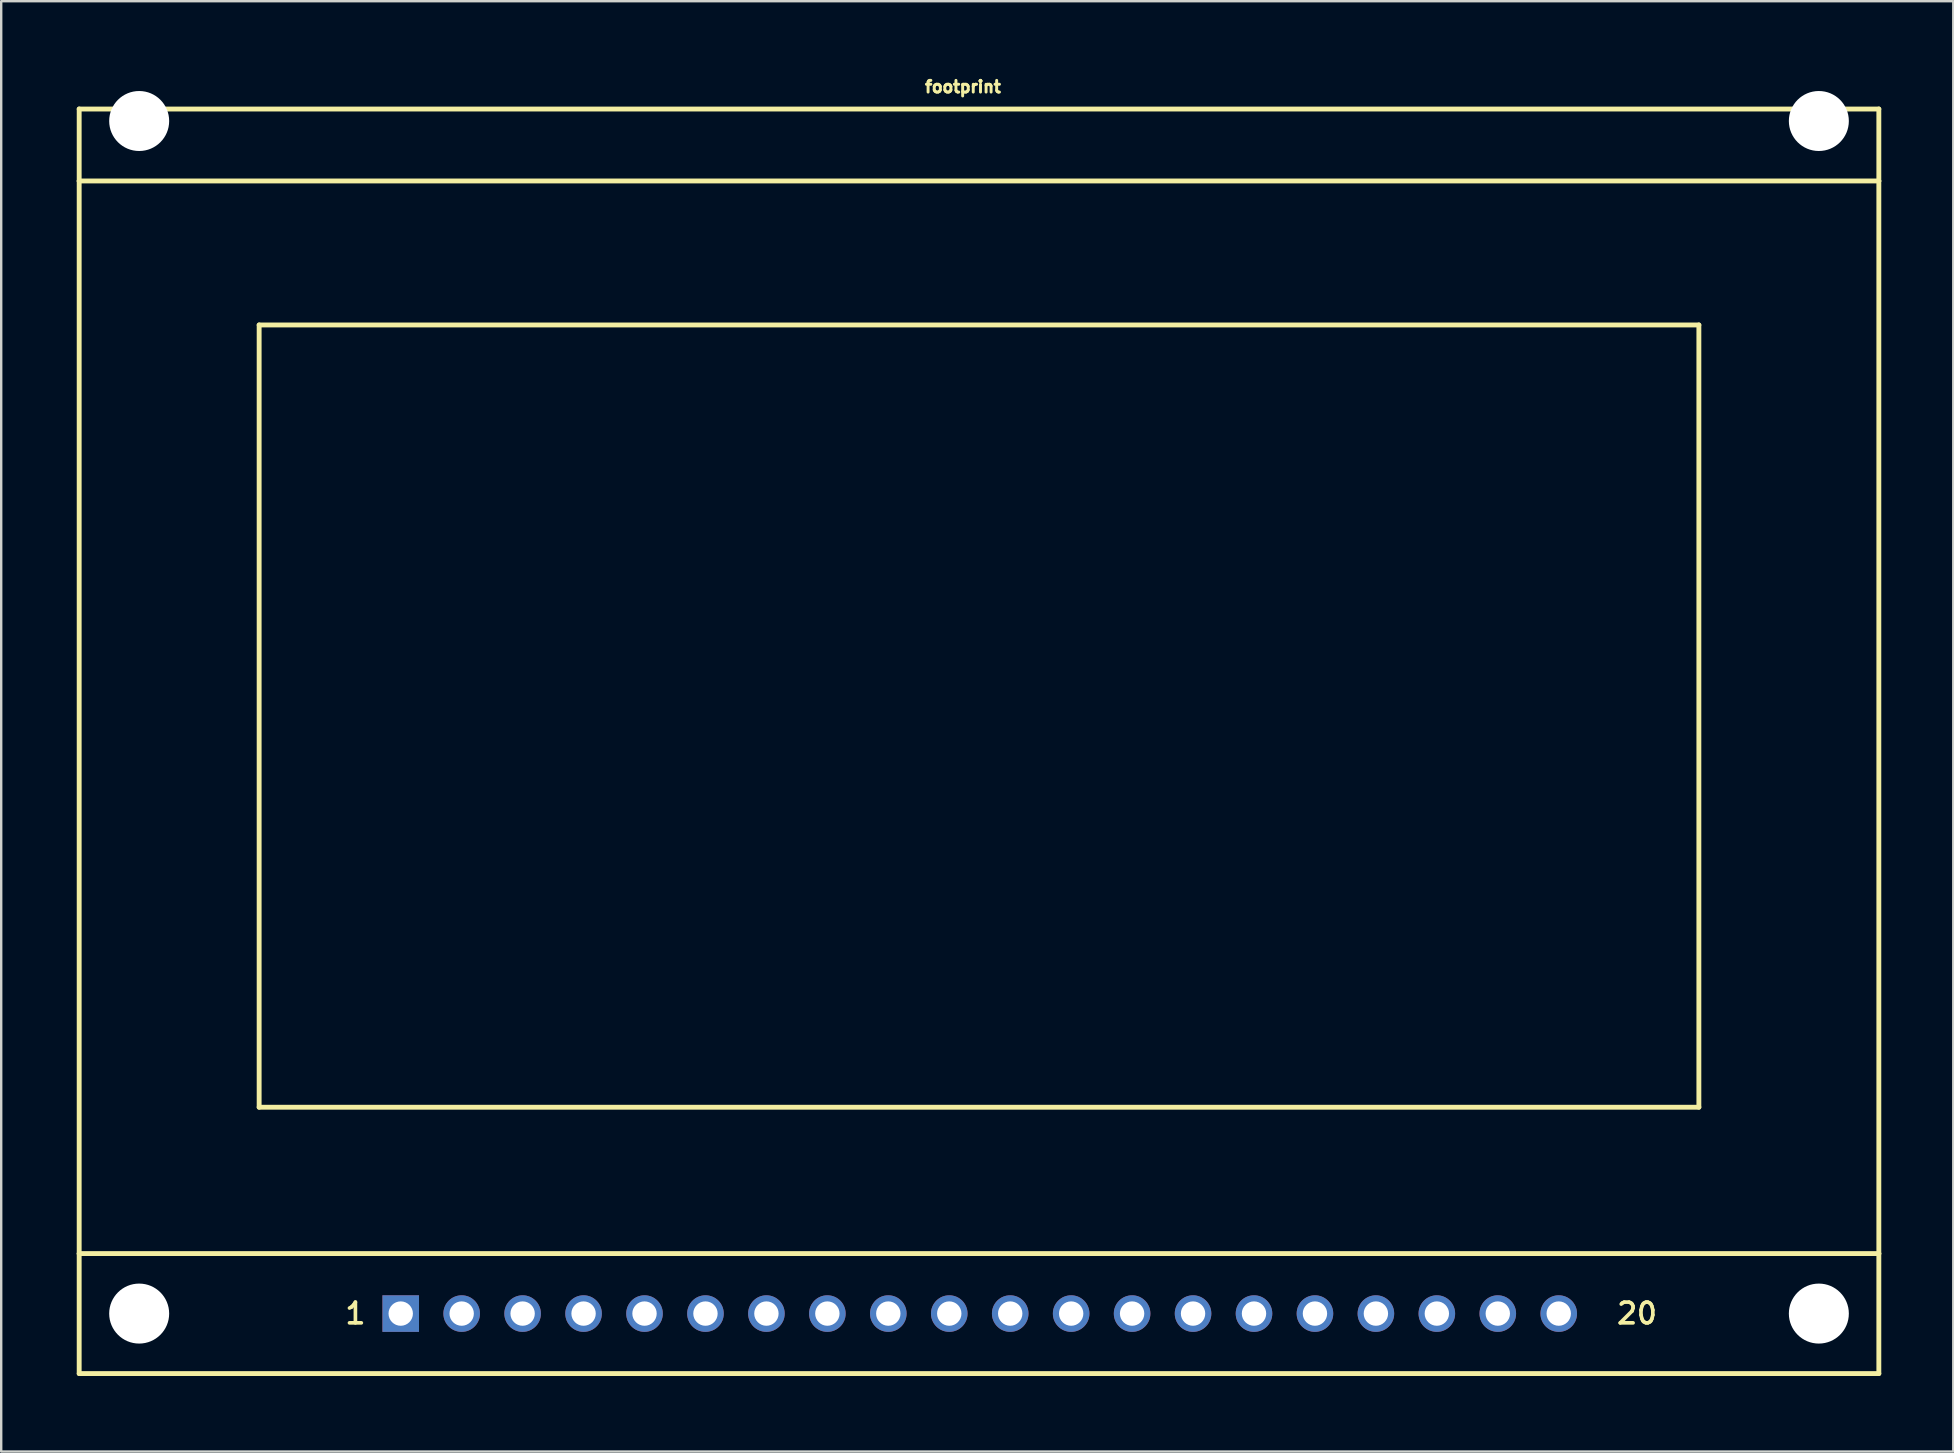
<source format=kicad_pcb>
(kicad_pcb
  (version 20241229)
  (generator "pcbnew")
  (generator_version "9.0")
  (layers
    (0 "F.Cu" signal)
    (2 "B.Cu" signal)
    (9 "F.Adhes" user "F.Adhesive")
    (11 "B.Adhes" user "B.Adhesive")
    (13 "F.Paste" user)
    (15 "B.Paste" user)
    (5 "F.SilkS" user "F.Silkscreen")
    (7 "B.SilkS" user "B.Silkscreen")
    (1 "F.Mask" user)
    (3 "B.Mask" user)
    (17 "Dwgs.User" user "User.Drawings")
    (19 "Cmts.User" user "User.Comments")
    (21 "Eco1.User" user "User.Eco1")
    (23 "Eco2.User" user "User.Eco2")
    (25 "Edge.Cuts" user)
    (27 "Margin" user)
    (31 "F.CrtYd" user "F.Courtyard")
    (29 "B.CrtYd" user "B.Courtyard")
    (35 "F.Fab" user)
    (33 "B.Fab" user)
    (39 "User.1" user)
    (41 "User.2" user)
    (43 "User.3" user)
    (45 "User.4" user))
  (footprint "footprint"
    (layer "F.Cu")
    (at 0.25 54.193)
    (property "Reference" "footprint" (at 36.83 -53.34 0) (layer "F.SilkS") (effects (font (size 0.488 0.488) (thickness 0.122)) (justify bottom)))
    (fp_line (start 0 -52.7) (end 75 -52.7) (stroke (width 0.203) (type solid)) (layer "F.SilkS"))
    (fp_line (start 0 -49.7) (end 0 -52.7) (stroke (width 0.203) (type solid)) (layer "F.SilkS"))
    (fp_line (start 0 -49.7) (end 75 -49.7) (stroke (width 0.203) (type solid)) (layer "F.SilkS"))
    (fp_line (start 0 -5) (end 0 -49.7) (stroke (width 0.203) (type solid)) (layer "F.SilkS"))
    (fp_line (start 0 0) (end 0 -5) (stroke (width 0.203) (type solid)) (layer "F.SilkS"))
    (fp_line (start 7.5 -43.7) (end 67.5 -43.7) (stroke (width 0.203) (type solid)) (layer "F.SilkS"))
    (fp_line (start 7.5 -11.1) (end 7.5 -43.7) (stroke (width 0.203) (type solid)) (layer "F.SilkS"))
    (fp_line (start 67.5 -43.7) (end 67.5 -11.1) (stroke (width 0.203) (type solid)) (layer "F.SilkS"))
    (fp_line (start 67.5 -11.1) (end 7.5 -11.1) (stroke (width 0.203) (type solid)) (layer "F.SilkS"))
    (fp_line (start 75 -52.7) (end 75 -49.7) (stroke (width 0.203) (type solid)) (layer "F.SilkS"))
    (fp_line (start 75 -49.7) (end 75 -5) (stroke (width 0.203) (type solid)) (layer "F.SilkS"))
    (fp_line (start 75 -5) (end 0 -5) (stroke (width 0.203) (type solid)) (layer "F.SilkS"))
    (fp_line (start 75 -5) (end 75 0) (stroke (width 0.203) (type solid)) (layer "F.SilkS"))
    (fp_line (start 75 0) (end 0 0) (stroke (width 0.203) (type solid)) (layer "F.SilkS"))
    (fp_text user "20" (at 64 -2 0) (layer "F.SilkS") (effects (font (size 0.864 0.864) (thickness 0.152)) (justify left bottom)))
    (fp_text user "1" (at 11 -2 0) (layer "F.SilkS") (effects (font (size 0.864 0.864) (thickness 0.152)) (justify left bottom)))
    (pad "" np_thru_hole circle (at 2.5 -52.2) (size 2.5 2.5) (drill 2.5) (layers "*.Cu" "*.Mask"))
    (pad "" np_thru_hole circle (at 2.5 -2.5) (size 2.5 2.5) (drill 2.5) (layers "*.Cu" "*.Mask"))
    (pad "" np_thru_hole circle (at 72.5 -52.2) (size 2.5 2.5) (drill 2.5) (layers "*.Cu" "*.Mask"))
    (pad "" np_thru_hole circle (at 72.5 -2.5) (size 2.5 2.5) (drill 2.5) (layers "*.Cu" "*.Mask"))
    (pad "1" thru_hole rect (at 13.4 -2.5 90) (size 1.524 1.524) (drill 1.016) (layers "*.Cu" "*.Mask"))
    (pad "2" thru_hole circle (at 15.94 -2.5 90) (size 1.524 1.524) (drill 1.016) (layers "*.Cu" "*.Mask"))
    (pad "3" thru_hole circle (at 18.48 -2.5 90) (size 1.524 1.524) (drill 1.016) (layers "*.Cu" "*.Mask"))
    (pad "4" thru_hole circle (at 21.02 -2.5 90) (size 1.524 1.524) (drill 1.016) (layers "*.Cu" "*.Mask"))
    (pad "5" thru_hole circle (at 23.56 -2.5 90) (size 1.524 1.524) (drill 1.016) (layers "*.Cu" "*.Mask"))
    (pad "6" thru_hole circle (at 26.1 -2.5 90) (size 1.524 1.524) (drill 1.016) (layers "*.Cu" "*.Mask"))
    (pad "7" thru_hole circle (at 28.64 -2.5 90) (size 1.524 1.524) (drill 1.016) (layers "*.Cu" "*.Mask"))
    (pad "8" thru_hole circle (at 31.18 -2.5 90) (size 1.524 1.524) (drill 1.016) (layers "*.Cu" "*.Mask"))
    (pad "9" thru_hole circle (at 33.72 -2.5 90) (size 1.524 1.524) (drill 1.016) (layers "*.Cu" "*.Mask"))
    (pad "10" thru_hole circle (at 36.26 -2.5 90) (size 1.524 1.524) (drill 1.016) (layers "*.Cu" "*.Mask"))
    (pad "11" thru_hole circle (at 38.8 -2.5 90) (size 1.524 1.524) (drill 1.016) (layers "*.Cu" "*.Mask"))
    (pad "12" thru_hole circle (at 41.34 -2.5 90) (size 1.524 1.524) (drill 1.016) (layers "*.Cu" "*.Mask"))
    (pad "13" thru_hole circle (at 43.88 -2.5 90) (size 1.524 1.524) (drill 1.016) (layers "*.Cu" "*.Mask"))
    (pad "14" thru_hole circle (at 46.42 -2.5 90) (size 1.524 1.524) (drill 1.016) (layers "*.Cu" "*.Mask"))
    (pad "15" thru_hole circle (at 48.96 -2.5 90) (size 1.524 1.524) (drill 1.016) (layers "*.Cu" "*.Mask"))
    (pad "16" thru_hole circle (at 51.5 -2.5 90) (size 1.524 1.524) (drill 1.016) (layers "*.Cu" "*.Mask"))
    (pad "17" thru_hole circle (at 54.04 -2.5 90) (size 1.524 1.524) (drill 1.016) (layers "*.Cu" "*.Mask"))
    (pad "18" thru_hole circle (at 56.58 -2.5 90) (size 1.524 1.524) (drill 1.016) (layers "*.Cu" "*.Mask"))
    (pad "19" thru_hole circle (at 59.12 -2.5 90) (size 1.524 1.524) (drill 1.016) (layers "*.Cu" "*.Mask"))
    (pad "20" thru_hole circle (at 61.66 -2.5 90) (size 1.524 1.524) (drill 1.016) (layers "*.Cu" "*.Mask")))
  (gr_rect
    (start -3 -3)
    (end 78.352 57.443)
    (stroke (width 0.1) (type default))
    (fill no)
    (layer "Edge.Cuts")))
</source>
